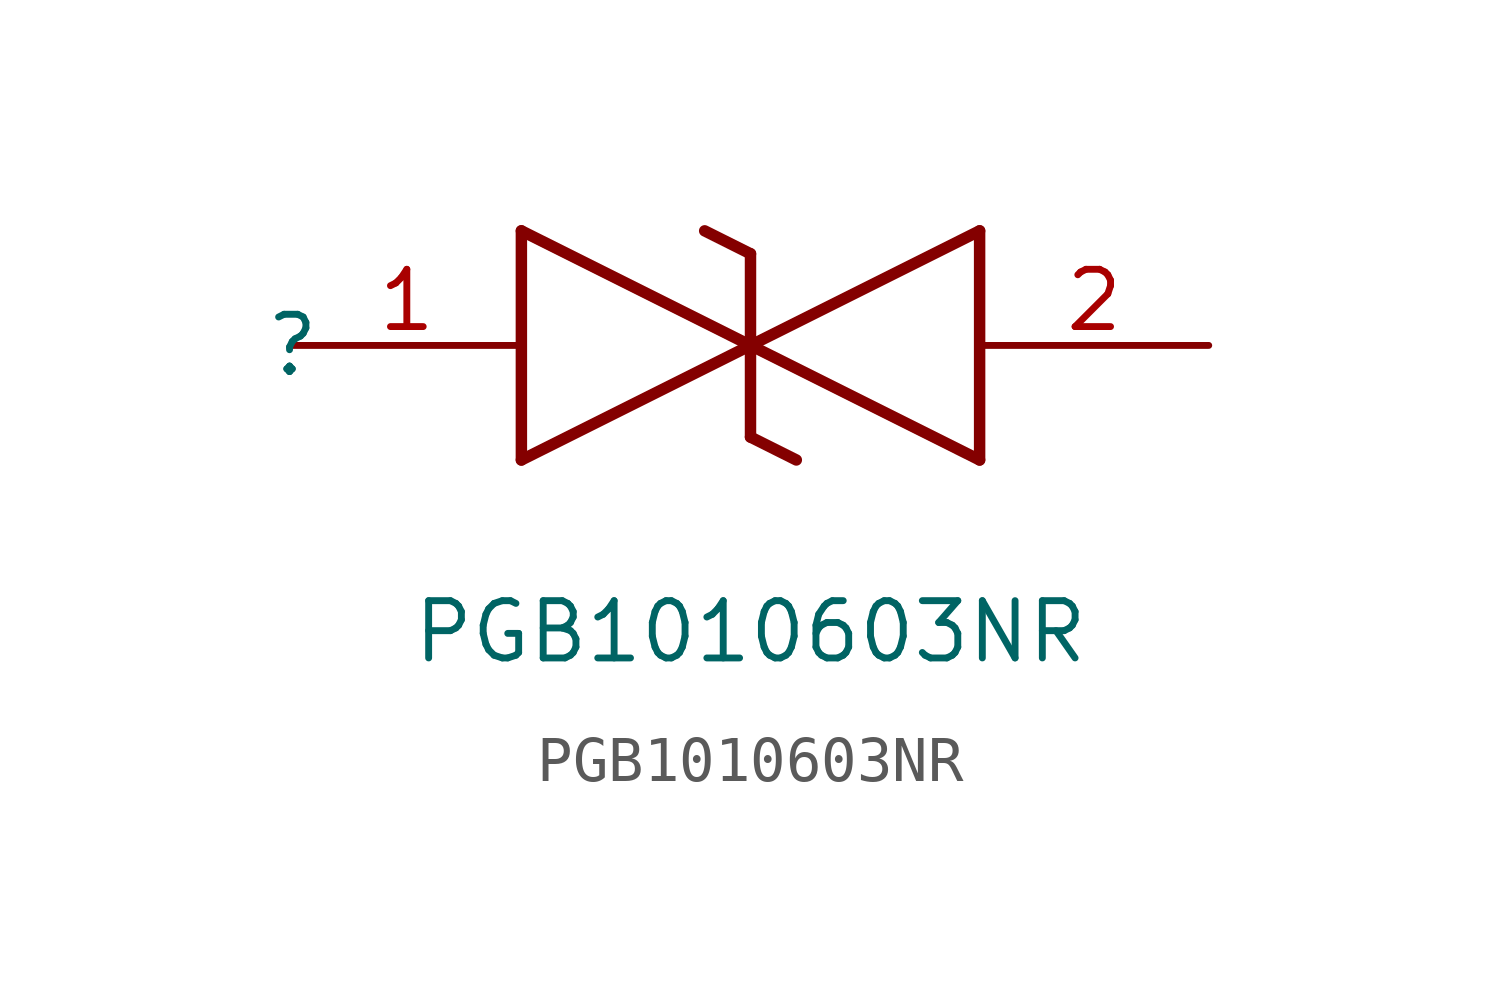
<source format=kicad_sym>
(kicad_symbol_lib
  (version 20211014)
  (generator kicad_symbol_editor)
  (symbol "PGB1010603NR"
    (pin_names hide)
    (property "Reference" ""
      (at 0 0 0)
      (effects (font (size 1.27 1.27))))
    (property "Value" "PGB1010603NR"
      (at 10.16 -6.35 0)
      (effects (font (size 1.27 1.27))))
    (symbol "PGB1010603NR_1_1"
      (polyline (pts (xy 5.08 2.54) (xy 5.08 -2.54)) (stroke (width 0.254) (type default) (color 0 0 0 0)) (fill (type none)))
      (polyline (pts (xy 5.08 2.54) (xy 10.16 0)) (stroke (width 0.254) (type default) (color 0 0 0 0)) (fill (type none)))
      (polyline (pts (xy 9.144 2.54) (xy 10.16 2.032)) (stroke (width 0.254) (type default) (color 0 0 0 0)) (fill (type none)))
      (polyline (pts (xy 10.16 -2.032) (xy 10.16 2.032)) (stroke (width 0.254) (type default) (color 0 0 0 0)) (fill (type none)))
      (polyline (pts (xy 10.16 -2.032) (xy 11.176 -2.54)) (stroke (width 0.254) (type default) (color 0 0 0 0)) (fill (type none)))
      (polyline (pts (xy 10.16 0) (xy 5.08 -2.54)) (stroke (width 0.254) (type default) (color 0 0 0 0)) (fill (type none)))
      (polyline (pts (xy 10.16 0) (xy 15.24 -2.54)) (stroke (width 0.254) (type default) (color 0 0 0 0)) (fill (type none)))
      (polyline (pts (xy 15.24 2.54) (xy 10.16 0)) (stroke (width 0.254) (type default) (color 0 0 0 0)) (fill (type none)))
      (polyline (pts (xy 15.24 2.54) (xy 15.24 -2.54)) (stroke (width 0.254) (type default) (color 0 0 0 0)) (fill (type none)))
      (pin passive line (at 0 0 0) (length 5.08) (name "1" (effects (font (size 1.27 1.27)))) (number "1" (effects (font (size 1.27 1.27)))))
      (pin passive line (at 20.32 0 180) (length 5.08) (name "2" (effects (font (size 1.27 1.27)))) (number "2" (effects (font (size 1.27 1.27))))))))
</source>
